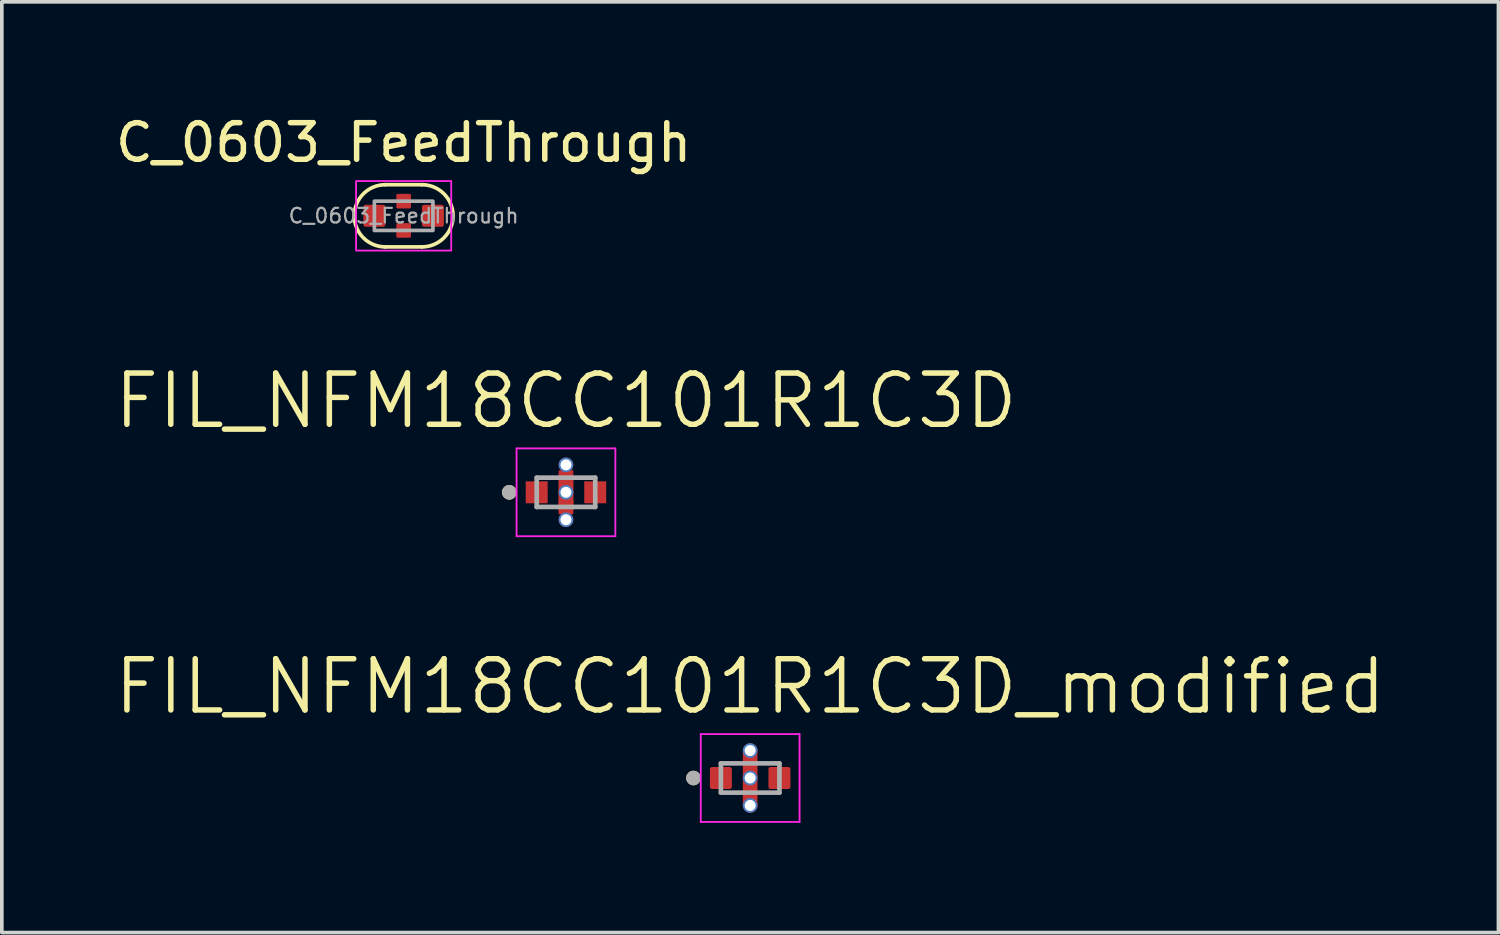
<source format=kicad_pcb>
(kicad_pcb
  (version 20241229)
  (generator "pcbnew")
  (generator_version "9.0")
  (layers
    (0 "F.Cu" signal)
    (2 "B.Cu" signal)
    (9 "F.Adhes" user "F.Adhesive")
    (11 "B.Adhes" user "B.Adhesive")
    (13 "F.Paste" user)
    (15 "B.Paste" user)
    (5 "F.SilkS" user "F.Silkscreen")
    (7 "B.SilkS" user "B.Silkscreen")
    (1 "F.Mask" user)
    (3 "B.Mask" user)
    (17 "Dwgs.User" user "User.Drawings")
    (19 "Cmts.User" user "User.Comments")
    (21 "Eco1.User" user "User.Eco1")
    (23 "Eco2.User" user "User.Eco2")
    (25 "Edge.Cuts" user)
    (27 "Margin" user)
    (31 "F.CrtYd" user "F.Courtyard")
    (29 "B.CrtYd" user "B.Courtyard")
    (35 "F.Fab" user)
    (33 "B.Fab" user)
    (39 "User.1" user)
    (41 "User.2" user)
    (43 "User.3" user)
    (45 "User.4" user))
  (footprint "FIL_NFM18CC101R1C3D_modified"
    (layer "F.Cu")
    (at 17.452 18.213)
    (property "Reference" "FIL_NFM18CC101R1C3D_modified" (at 0 -2.5 0) (layer "F.SilkS") (effects (font (size 1.4 1.4) (thickness 0.15))))
    (attr smd)
    (fp_poly (pts (xy -0.2 -0.6) (xy 0.2 -0.6) (xy 0.2 -0.2) (xy -0.2 -0.2)) (stroke (width 0.01) (type solid)) (fill yes) (layer "F.Mask"))
    (fp_poly (pts (xy -0.2 0.2) (xy 0.2 0.2) (xy 0.2 0.6) (xy -0.2 0.6)) (stroke (width 0.01) (type solid)) (fill yes) (layer "F.Mask"))
    (fp_circle (center -1.55 0) (end -1.45 0) (stroke (width 0.2) (type solid)) (fill no) (layer "F.SilkS"))
    (fp_line (start -1.35 -1.2) (end 1.35 -1.2) (stroke (width 0.05) (type solid)) (layer "F.CrtYd"))
    (fp_line (start -1.35 1.2) (end -1.35 -1.2) (stroke (width 0.05) (type solid)) (layer "F.CrtYd"))
    (fp_line (start 1.35 -1.2) (end 1.35 1.2) (stroke (width 0.05) (type solid)) (layer "F.CrtYd"))
    (fp_line (start 1.35 1.2) (end -1.35 1.2) (stroke (width 0.05) (type solid)) (layer "F.CrtYd"))
    (fp_line (start -0.8 -0.4) (end -0.8 0.4) (stroke (width 0.127) (type solid)) (layer "F.Fab"))
    (fp_line (start -0.8 0.4) (end 0.8 0.4) (stroke (width 0.127) (type solid)) (layer "F.Fab"))
    (fp_line (start 0.8 -0.4) (end -0.8 -0.4) (stroke (width 0.127) (type solid)) (layer "F.Fab"))
    (fp_line (start 0.8 0.4) (end 0.8 -0.4) (stroke (width 0.127) (type solid)) (layer "F.Fab"))
    (fp_circle (center -1.55 0) (end -1.45 0) (stroke (width 0.2) (type solid)) (fill no) (layer "F.Fab"))
    (pad "1" smd roundrect (at -0.8 0) (size 0.6 0.6) (layers "F.Cu" "F.Mask" "F.Paste") (roundrect_rratio 0.1))
    (pad "2" thru_hole circle (at 0 -0.75) (size 0.4 0.4) (drill 0.3) (layers "*.Cu"))
    (pad "2" thru_hole circle (at 0 0) (size 0.4 0.4) (drill 0.3) (layers "*.Cu"))
    (pad "2" smd roundrect (at 0 0.025) (size 0.4 1.55) (layers "F.Cu" "F.Paste") (roundrect_rratio 0.1))
    (pad "2" thru_hole circle (at 0 0.75) (size 0.4 0.4) (drill 0.3) (layers "*.Cu"))
    (pad "3" smd roundrect (at 0.8 0) (size 0.6 0.6) (layers "F.Cu" "F.Mask" "F.Paste") (roundrect_rratio 0.1)))
  (footprint "FIL_NFM18CC101R1C3D"
    (layer "F.Cu")
    (at 12.418 10.405)
    (property "Reference" "FIL_NFM18CC101R1C3D" (at 0 -2.5 0) (layer "F.SilkS") (effects (font (size 1.4 1.4) (thickness 0.15))))
    (attr smd)
    (fp_poly (pts (xy -1.1 -0.3) (xy -0.5 -0.3) (xy -0.5 0.3) (xy -1.1 0.3)) (stroke (width 0.01) (type solid)) (fill yes) (layer "F.Mask"))
    (fp_poly (pts (xy -0.2 -0.6) (xy 0.2 -0.6) (xy 0.2 -0.2) (xy -0.2 -0.2)) (stroke (width 0.01) (type solid)) (fill yes) (layer "F.Mask"))
    (fp_poly (pts (xy -0.2 0.2) (xy 0.2 0.2) (xy 0.2 0.6) (xy -0.2 0.6)) (stroke (width 0.01) (type solid)) (fill yes) (layer "F.Mask"))
    (fp_poly (pts (xy 0.5 -0.3) (xy 1.1 -0.3) (xy 1.1 0.3) (xy 0.5 0.3)) (stroke (width 0.01) (type solid)) (fill yes) (layer "F.Mask"))
    (fp_circle (center -1.55 0) (end -1.45 0) (stroke (width 0.2) (type solid)) (fill no) (layer "F.SilkS"))
    (fp_line (start -1.35 -1.2) (end 1.35 -1.2) (stroke (width 0.05) (type solid)) (layer "F.CrtYd"))
    (fp_line (start -1.35 1.2) (end -1.35 -1.2) (stroke (width 0.05) (type solid)) (layer "F.CrtYd"))
    (fp_line (start 1.35 -1.2) (end 1.35 1.2) (stroke (width 0.05) (type solid)) (layer "F.CrtYd"))
    (fp_line (start 1.35 1.2) (end -1.35 1.2) (stroke (width 0.05) (type solid)) (layer "F.CrtYd"))
    (fp_line (start -0.8 -0.4) (end -0.8 0.4) (stroke (width 0.127) (type solid)) (layer "F.Fab"))
    (fp_line (start -0.8 0.4) (end 0.8 0.4) (stroke (width 0.127) (type solid)) (layer "F.Fab"))
    (fp_line (start 0.8 -0.4) (end -0.8 -0.4) (stroke (width 0.127) (type solid)) (layer "F.Fab"))
    (fp_line (start 0.8 0.4) (end 0.8 -0.4) (stroke (width 0.127) (type solid)) (layer "F.Fab"))
    (fp_circle (center -1.55 0) (end -1.45 0) (stroke (width 0.2) (type solid)) (fill no) (layer "F.Fab"))
    (pad "1" smd rect (at -0.8 0) (size 0.6 0.6) (layers "F.Cu" "F.Paste"))
    (pad "2" smd custom (at 0 -0.4) (size 0.4 0.4) (layers "F.Cu" "F.Paste") (options (anchor rect)) (primitives (gr_poly (pts (xy -0.2 -0.1) (xy 0.2 -0.1) (xy 0.2 0.9) (xy -0.2 0.9)) (width 0.01) (fill yes))))
    (pad "2_1" smd rect (at 0 0.4) (size 0.4 0.4) (layers "F.Cu" "F.Paste"))
    (pad "2_2" thru_hole circle (at 0 -0.75) (size 0.4 0.4) (drill 0.3) (layers "*.Cu"))
    (pad "2_3" thru_hole circle (at 0 0) (size 0.4 0.4) (drill 0.3) (layers "*.Cu"))
    (pad "2_4" thru_hole circle (at 0 0.75) (size 0.4 0.4) (drill 0.3) (layers "*.Cu"))
    (pad "3" smd rect (at 0.8 0) (size 0.6 0.6) (layers "F.Cu" "F.Paste")))
  (footprint "C_0603_FeedThrough"
    (layer "F.Cu")
    (at 7.982 2.848)
    (property "Reference" "C_0603_FeedThrough" (at 0 -2 0) (layer "F.SilkS") (effects (font (size 1 1) (thickness 0.15))))
    (attr smd)
    (fp_line (start -0.5 -0.85) (end 0.5 -0.85) (stroke (width 0.1) (type solid)) (layer "F.SilkS"))
    (fp_line (start -0.5 0.85) (end 0.5 0.85) (stroke (width 0.1) (type solid)) (layer "F.SilkS"))
    (fp_arc (start -0.5 0.85) (mid -1.35 0) (end -0.5 -0.85) (stroke (width 0.1) (type solid)) (layer "F.SilkS"))
    (fp_arc (start 0.5 -0.85) (mid 1.35 0) (end 0.5 0.85) (stroke (width 0.1) (type solid)) (layer "F.SilkS"))
    (fp_rect (start -1.3 -0.95) (end 1.3 0.95) (stroke (width 0.05) (type default)) (fill no) (layer "F.CrtYd"))
    (fp_rect (start -0.8 -0.4) (end 0.8 0.4) (stroke (width 0.1) (type default)) (fill no) (layer "F.Fab"))
    (fp_text user "${REFERENCE}" (at 0 0 0) (layer "F.Fab") (effects (font (size 0.4 0.4) (thickness 0.06))))
    (pad "1" smd roundrect (at -0.8 0) (size 0.6 0.6) (layers "F.Cu" "F.Mask" "F.Paste") (roundrect_rratio 0.1))
    (pad "2" smd roundrect (at 0 -0.4) (size 0.4 0.4) (layers "F.Cu" "F.Mask" "F.Paste") (roundrect_rratio 0.1))
    (pad "2" smd roundrect (at 0 0.4) (size 0.4 0.4) (layers "F.Cu" "F.Mask" "F.Paste") (roundrect_rratio 0.1))
    (pad "3" smd roundrect (at 0.8 0) (size 0.6 0.6) (layers "F.Cu" "F.Mask" "F.Paste") (roundrect_rratio 0.1)))
  (gr_rect
    (start -3 -3)
    (end 37.903 22.438)
    (stroke (width 0.1) (type default))
    (fill no)
    (layer "Edge.Cuts")))
</source>
